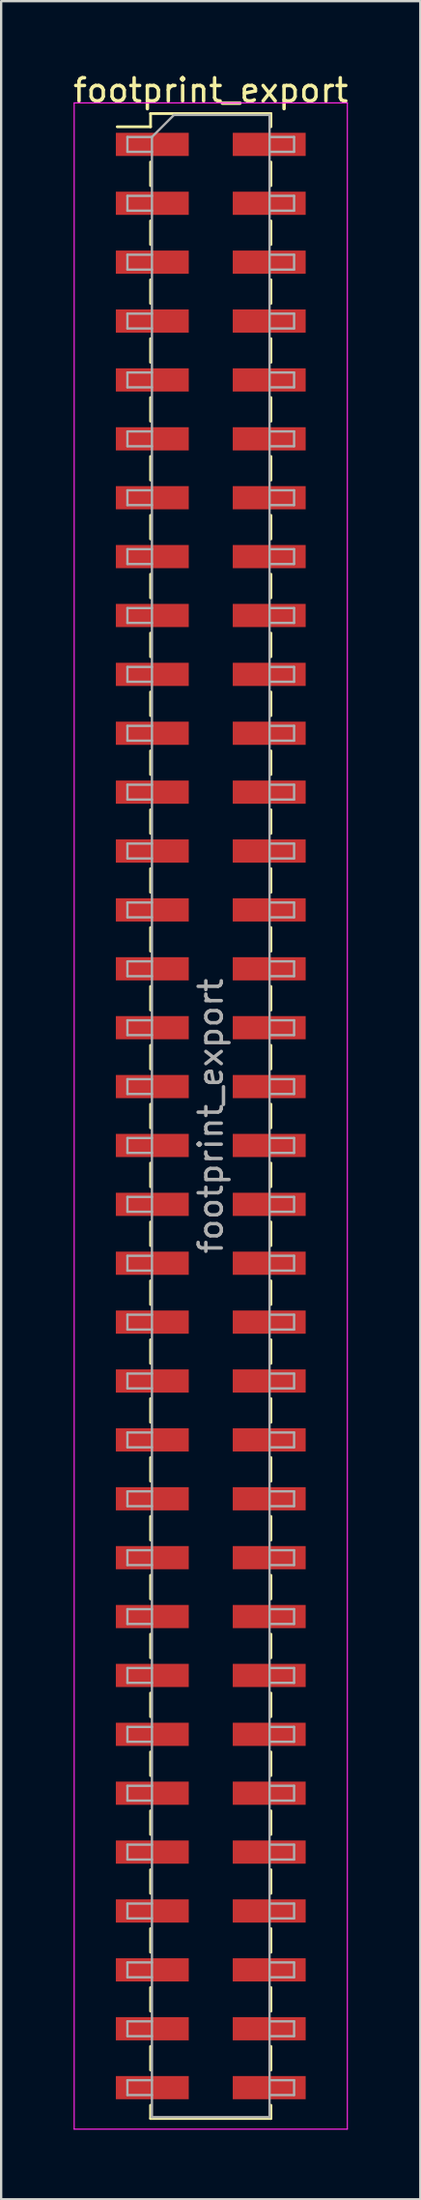
<source format=kicad_pcb>
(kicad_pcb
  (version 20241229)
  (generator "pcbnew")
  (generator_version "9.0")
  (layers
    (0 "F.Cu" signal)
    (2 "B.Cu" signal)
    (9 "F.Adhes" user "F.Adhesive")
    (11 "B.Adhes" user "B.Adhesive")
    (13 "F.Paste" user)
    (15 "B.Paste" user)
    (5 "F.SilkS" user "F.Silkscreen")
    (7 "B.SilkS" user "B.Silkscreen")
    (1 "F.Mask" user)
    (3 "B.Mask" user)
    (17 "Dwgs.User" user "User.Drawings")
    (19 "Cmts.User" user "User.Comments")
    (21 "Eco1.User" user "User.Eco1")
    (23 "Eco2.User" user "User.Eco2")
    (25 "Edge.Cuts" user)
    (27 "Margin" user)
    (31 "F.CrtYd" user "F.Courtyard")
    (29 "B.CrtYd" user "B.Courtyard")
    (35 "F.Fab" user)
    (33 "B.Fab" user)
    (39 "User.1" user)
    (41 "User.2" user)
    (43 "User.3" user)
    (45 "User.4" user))
  (footprint "footprint_export"
    (layer "F.Cu")
    (at 6.054 45.088)
    (property "Reference" "footprint_export" (at 0 -44.24 0) (layer "F.SilkS") (effects (font (size 1 1) (thickness 0.15))))
    (attr smd)
    (fp_line (start -4.04 -42.67) (end -2.6 -42.67) (stroke (width 0.12) (type solid)) (layer "F.SilkS"))
    (fp_line (start -2.6 -43.24) (end -2.6 -42.67) (stroke (width 0.12) (type solid)) (layer "F.SilkS"))
    (fp_line (start -2.6 -43.24) (end 2.6 -43.24) (stroke (width 0.12) (type solid)) (layer "F.SilkS"))
    (fp_line (start -2.6 -41.15) (end -2.6 -40.13) (stroke (width 0.12) (type solid)) (layer "F.SilkS"))
    (fp_line (start -2.6 -38.61) (end -2.6 -37.59) (stroke (width 0.12) (type solid)) (layer "F.SilkS"))
    (fp_line (start -2.6 -36.07) (end -2.6 -35.05) (stroke (width 0.12) (type solid)) (layer "F.SilkS"))
    (fp_line (start -2.6 -33.53) (end -2.6 -32.51) (stroke (width 0.12) (type solid)) (layer "F.SilkS"))
    (fp_line (start -2.6 -30.99) (end -2.6 -29.97) (stroke (width 0.12) (type solid)) (layer "F.SilkS"))
    (fp_line (start -2.6 -28.45) (end -2.6 -27.43) (stroke (width 0.12) (type solid)) (layer "F.SilkS"))
    (fp_line (start -2.6 -25.91) (end -2.6 -24.89) (stroke (width 0.12) (type solid)) (layer "F.SilkS"))
    (fp_line (start -2.6 -23.37) (end -2.6 -22.35) (stroke (width 0.12) (type solid)) (layer "F.SilkS"))
    (fp_line (start -2.6 -20.83) (end -2.6 -19.81) (stroke (width 0.12) (type solid)) (layer "F.SilkS"))
    (fp_line (start -2.6 -18.29) (end -2.6 -17.27) (stroke (width 0.12) (type solid)) (layer "F.SilkS"))
    (fp_line (start -2.6 -15.75) (end -2.6 -14.73) (stroke (width 0.12) (type solid)) (layer "F.SilkS"))
    (fp_line (start -2.6 -13.21) (end -2.6 -12.19) (stroke (width 0.12) (type solid)) (layer "F.SilkS"))
    (fp_line (start -2.6 -10.67) (end -2.6 -9.65) (stroke (width 0.12) (type solid)) (layer "F.SilkS"))
    (fp_line (start -2.6 -8.13) (end -2.6 -7.11) (stroke (width 0.12) (type solid)) (layer "F.SilkS"))
    (fp_line (start -2.6 -5.59) (end -2.6 -4.57) (stroke (width 0.12) (type solid)) (layer "F.SilkS"))
    (fp_line (start -2.6 -3.05) (end -2.6 -2.03) (stroke (width 0.12) (type solid)) (layer "F.SilkS"))
    (fp_line (start -2.6 -0.51) (end -2.6 0.51) (stroke (width 0.12) (type solid)) (layer "F.SilkS"))
    (fp_line (start -2.6 2.03) (end -2.6 3.05) (stroke (width 0.12) (type solid)) (layer "F.SilkS"))
    (fp_line (start -2.6 4.57) (end -2.6 5.59) (stroke (width 0.12) (type solid)) (layer "F.SilkS"))
    (fp_line (start -2.6 7.11) (end -2.6 8.13) (stroke (width 0.12) (type solid)) (layer "F.SilkS"))
    (fp_line (start -2.6 9.65) (end -2.6 10.67) (stroke (width 0.12) (type solid)) (layer "F.SilkS"))
    (fp_line (start -2.6 12.19) (end -2.6 13.21) (stroke (width 0.12) (type solid)) (layer "F.SilkS"))
    (fp_line (start -2.6 14.73) (end -2.6 15.75) (stroke (width 0.12) (type solid)) (layer "F.SilkS"))
    (fp_line (start -2.6 17.27) (end -2.6 18.29) (stroke (width 0.12) (type solid)) (layer "F.SilkS"))
    (fp_line (start -2.6 19.81) (end -2.6 20.83) (stroke (width 0.12) (type solid)) (layer "F.SilkS"))
    (fp_line (start -2.6 22.35) (end -2.6 23.37) (stroke (width 0.12) (type solid)) (layer "F.SilkS"))
    (fp_line (start -2.6 24.89) (end -2.6 25.91) (stroke (width 0.12) (type solid)) (layer "F.SilkS"))
    (fp_line (start -2.6 27.43) (end -2.6 28.45) (stroke (width 0.12) (type solid)) (layer "F.SilkS"))
    (fp_line (start -2.6 29.97) (end -2.6 30.99) (stroke (width 0.12) (type solid)) (layer "F.SilkS"))
    (fp_line (start -2.6 32.51) (end -2.6 33.53) (stroke (width 0.12) (type solid)) (layer "F.SilkS"))
    (fp_line (start -2.6 35.05) (end -2.6 36.07) (stroke (width 0.12) (type solid)) (layer "F.SilkS"))
    (fp_line (start -2.6 37.59) (end -2.6 38.61) (stroke (width 0.12) (type solid)) (layer "F.SilkS"))
    (fp_line (start -2.6 40.13) (end -2.6 41.15) (stroke (width 0.12) (type solid)) (layer "F.SilkS"))
    (fp_line (start -2.6 42.67) (end -2.6 43.24) (stroke (width 0.12) (type solid)) (layer "F.SilkS"))
    (fp_line (start -2.6 43.24) (end 2.6 43.24) (stroke (width 0.12) (type solid)) (layer "F.SilkS"))
    (fp_line (start 2.6 -43.24) (end 2.6 -42.67) (stroke (width 0.12) (type solid)) (layer "F.SilkS"))
    (fp_line (start 2.6 -41.15) (end 2.6 -40.13) (stroke (width 0.12) (type solid)) (layer "F.SilkS"))
    (fp_line (start 2.6 -38.61) (end 2.6 -37.59) (stroke (width 0.12) (type solid)) (layer "F.SilkS"))
    (fp_line (start 2.6 -36.07) (end 2.6 -35.05) (stroke (width 0.12) (type solid)) (layer "F.SilkS"))
    (fp_line (start 2.6 -33.53) (end 2.6 -32.51) (stroke (width 0.12) (type solid)) (layer "F.SilkS"))
    (fp_line (start 2.6 -30.99) (end 2.6 -29.97) (stroke (width 0.12) (type solid)) (layer "F.SilkS"))
    (fp_line (start 2.6 -28.45) (end 2.6 -27.43) (stroke (width 0.12) (type solid)) (layer "F.SilkS"))
    (fp_line (start 2.6 -25.91) (end 2.6 -24.89) (stroke (width 0.12) (type solid)) (layer "F.SilkS"))
    (fp_line (start 2.6 -23.37) (end 2.6 -22.35) (stroke (width 0.12) (type solid)) (layer "F.SilkS"))
    (fp_line (start 2.6 -20.83) (end 2.6 -19.81) (stroke (width 0.12) (type solid)) (layer "F.SilkS"))
    (fp_line (start 2.6 -18.29) (end 2.6 -17.27) (stroke (width 0.12) (type solid)) (layer "F.SilkS"))
    (fp_line (start 2.6 -15.75) (end 2.6 -14.73) (stroke (width 0.12) (type solid)) (layer "F.SilkS"))
    (fp_line (start 2.6 -13.21) (end 2.6 -12.19) (stroke (width 0.12) (type solid)) (layer "F.SilkS"))
    (fp_line (start 2.6 -10.67) (end 2.6 -9.65) (stroke (width 0.12) (type solid)) (layer "F.SilkS"))
    (fp_line (start 2.6 -8.13) (end 2.6 -7.11) (stroke (width 0.12) (type solid)) (layer "F.SilkS"))
    (fp_line (start 2.6 -5.59) (end 2.6 -4.57) (stroke (width 0.12) (type solid)) (layer "F.SilkS"))
    (fp_line (start 2.6 -3.05) (end 2.6 -2.03) (stroke (width 0.12) (type solid)) (layer "F.SilkS"))
    (fp_line (start 2.6 -0.51) (end 2.6 0.51) (stroke (width 0.12) (type solid)) (layer "F.SilkS"))
    (fp_line (start 2.6 2.03) (end 2.6 3.05) (stroke (width 0.12) (type solid)) (layer "F.SilkS"))
    (fp_line (start 2.6 4.57) (end 2.6 5.59) (stroke (width 0.12) (type solid)) (layer "F.SilkS"))
    (fp_line (start 2.6 7.11) (end 2.6 8.13) (stroke (width 0.12) (type solid)) (layer "F.SilkS"))
    (fp_line (start 2.6 9.65) (end 2.6 10.67) (stroke (width 0.12) (type solid)) (layer "F.SilkS"))
    (fp_line (start 2.6 12.19) (end 2.6 13.21) (stroke (width 0.12) (type solid)) (layer "F.SilkS"))
    (fp_line (start 2.6 14.73) (end 2.6 15.75) (stroke (width 0.12) (type solid)) (layer "F.SilkS"))
    (fp_line (start 2.6 17.27) (end 2.6 18.29) (stroke (width 0.12) (type solid)) (layer "F.SilkS"))
    (fp_line (start 2.6 19.81) (end 2.6 20.83) (stroke (width 0.12) (type solid)) (layer "F.SilkS"))
    (fp_line (start 2.6 22.35) (end 2.6 23.37) (stroke (width 0.12) (type solid)) (layer "F.SilkS"))
    (fp_line (start 2.6 24.89) (end 2.6 25.91) (stroke (width 0.12) (type solid)) (layer "F.SilkS"))
    (fp_line (start 2.6 27.43) (end 2.6 28.45) (stroke (width 0.12) (type solid)) (layer "F.SilkS"))
    (fp_line (start 2.6 29.97) (end 2.6 30.99) (stroke (width 0.12) (type solid)) (layer "F.SilkS"))
    (fp_line (start 2.6 32.51) (end 2.6 33.53) (stroke (width 0.12) (type solid)) (layer "F.SilkS"))
    (fp_line (start 2.6 35.05) (end 2.6 36.07) (stroke (width 0.12) (type solid)) (layer "F.SilkS"))
    (fp_line (start 2.6 37.59) (end 2.6 38.61) (stroke (width 0.12) (type solid)) (layer "F.SilkS"))
    (fp_line (start 2.6 40.13) (end 2.6 41.15) (stroke (width 0.12) (type solid)) (layer "F.SilkS"))
    (fp_line (start 2.6 42.67) (end 2.6 43.24) (stroke (width 0.12) (type solid)) (layer "F.SilkS"))
    (fp_line (start -5.9 -43.7) (end -5.9 43.7) (stroke (width 0.05) (type solid)) (layer "F.CrtYd"))
    (fp_line (start -5.9 43.7) (end 5.9 43.7) (stroke (width 0.05) (type solid)) (layer "F.CrtYd"))
    (fp_line (start 5.9 -43.7) (end -5.9 -43.7) (stroke (width 0.05) (type solid)) (layer "F.CrtYd"))
    (fp_line (start 5.9 43.7) (end 5.9 -43.7) (stroke (width 0.05) (type solid)) (layer "F.CrtYd"))
    (fp_line (start -3.6 -42.23) (end -3.6 -41.59) (stroke (width 0.1) (type solid)) (layer "F.Fab"))
    (fp_line (start -3.6 -41.59) (end -2.54 -41.59) (stroke (width 0.1) (type solid)) (layer "F.Fab"))
    (fp_line (start -3.6 -39.69) (end -3.6 -39.05) (stroke (width 0.1) (type solid)) (layer "F.Fab"))
    (fp_line (start -3.6 -39.05) (end -2.54 -39.05) (stroke (width 0.1) (type solid)) (layer "F.Fab"))
    (fp_line (start -3.6 -37.15) (end -3.6 -36.51) (stroke (width 0.1) (type solid)) (layer "F.Fab"))
    (fp_line (start -3.6 -36.51) (end -2.54 -36.51) (stroke (width 0.1) (type solid)) (layer "F.Fab"))
    (fp_line (start -3.6 -34.61) (end -3.6 -33.97) (stroke (width 0.1) (type solid)) (layer "F.Fab"))
    (fp_line (start -3.6 -33.97) (end -2.54 -33.97) (stroke (width 0.1) (type solid)) (layer "F.Fab"))
    (fp_line (start -3.6 -32.07) (end -3.6 -31.43) (stroke (width 0.1) (type solid)) (layer "F.Fab"))
    (fp_line (start -3.6 -31.43) (end -2.54 -31.43) (stroke (width 0.1) (type solid)) (layer "F.Fab"))
    (fp_line (start -3.6 -29.53) (end -3.6 -28.89) (stroke (width 0.1) (type solid)) (layer "F.Fab"))
    (fp_line (start -3.6 -28.89) (end -2.54 -28.89) (stroke (width 0.1) (type solid)) (layer "F.Fab"))
    (fp_line (start -3.6 -26.99) (end -3.6 -26.35) (stroke (width 0.1) (type solid)) (layer "F.Fab"))
    (fp_line (start -3.6 -26.35) (end -2.54 -26.35) (stroke (width 0.1) (type solid)) (layer "F.Fab"))
    (fp_line (start -3.6 -24.45) (end -3.6 -23.81) (stroke (width 0.1) (type solid)) (layer "F.Fab"))
    (fp_line (start -3.6 -23.81) (end -2.54 -23.81) (stroke (width 0.1) (type solid)) (layer "F.Fab"))
    (fp_line (start -3.6 -21.91) (end -3.6 -21.27) (stroke (width 0.1) (type solid)) (layer "F.Fab"))
    (fp_line (start -3.6 -21.27) (end -2.54 -21.27) (stroke (width 0.1) (type solid)) (layer "F.Fab"))
    (fp_line (start -3.6 -19.37) (end -3.6 -18.73) (stroke (width 0.1) (type solid)) (layer "F.Fab"))
    (fp_line (start -3.6 -18.73) (end -2.54 -18.73) (stroke (width 0.1) (type solid)) (layer "F.Fab"))
    (fp_line (start -3.6 -16.83) (end -3.6 -16.19) (stroke (width 0.1) (type solid)) (layer "F.Fab"))
    (fp_line (start -3.6 -16.19) (end -2.54 -16.19) (stroke (width 0.1) (type solid)) (layer "F.Fab"))
    (fp_line (start -3.6 -14.29) (end -3.6 -13.65) (stroke (width 0.1) (type solid)) (layer "F.Fab"))
    (fp_line (start -3.6 -13.65) (end -2.54 -13.65) (stroke (width 0.1) (type solid)) (layer "F.Fab"))
    (fp_line (start -3.6 -11.75) (end -3.6 -11.11) (stroke (width 0.1) (type solid)) (layer "F.Fab"))
    (fp_line (start -3.6 -11.11) (end -2.54 -11.11) (stroke (width 0.1) (type solid)) (layer "F.Fab"))
    (fp_line (start -3.6 -9.21) (end -3.6 -8.57) (stroke (width 0.1) (type solid)) (layer "F.Fab"))
    (fp_line (start -3.6 -8.57) (end -2.54 -8.57) (stroke (width 0.1) (type solid)) (layer "F.Fab"))
    (fp_line (start -3.6 -6.67) (end -3.6 -6.03) (stroke (width 0.1) (type solid)) (layer "F.Fab"))
    (fp_line (start -3.6 -6.03) (end -2.54 -6.03) (stroke (width 0.1) (type solid)) (layer "F.Fab"))
    (fp_line (start -3.6 -4.13) (end -3.6 -3.49) (stroke (width 0.1) (type solid)) (layer "F.Fab"))
    (fp_line (start -3.6 -3.49) (end -2.54 -3.49) (stroke (width 0.1) (type solid)) (layer "F.Fab"))
    (fp_line (start -3.6 -1.59) (end -3.6 -0.95) (stroke (width 0.1) (type solid)) (layer "F.Fab"))
    (fp_line (start -3.6 -0.95) (end -2.54 -0.95) (stroke (width 0.1) (type solid)) (layer "F.Fab"))
    (fp_line (start -3.6 0.95) (end -3.6 1.59) (stroke (width 0.1) (type solid)) (layer "F.Fab"))
    (fp_line (start -3.6 1.59) (end -2.54 1.59) (stroke (width 0.1) (type solid)) (layer "F.Fab"))
    (fp_line (start -3.6 3.49) (end -3.6 4.13) (stroke (width 0.1) (type solid)) (layer "F.Fab"))
    (fp_line (start -3.6 4.13) (end -2.54 4.13) (stroke (width 0.1) (type solid)) (layer "F.Fab"))
    (fp_line (start -3.6 6.03) (end -3.6 6.67) (stroke (width 0.1) (type solid)) (layer "F.Fab"))
    (fp_line (start -3.6 6.67) (end -2.54 6.67) (stroke (width 0.1) (type solid)) (layer "F.Fab"))
    (fp_line (start -3.6 8.57) (end -3.6 9.21) (stroke (width 0.1) (type solid)) (layer "F.Fab"))
    (fp_line (start -3.6 9.21) (end -2.54 9.21) (stroke (width 0.1) (type solid)) (layer "F.Fab"))
    (fp_line (start -3.6 11.11) (end -3.6 11.75) (stroke (width 0.1) (type solid)) (layer "F.Fab"))
    (fp_line (start -3.6 11.75) (end -2.54 11.75) (stroke (width 0.1) (type solid)) (layer "F.Fab"))
    (fp_line (start -3.6 13.65) (end -3.6 14.29) (stroke (width 0.1) (type solid)) (layer "F.Fab"))
    (fp_line (start -3.6 14.29) (end -2.54 14.29) (stroke (width 0.1) (type solid)) (layer "F.Fab"))
    (fp_line (start -3.6 16.19) (end -3.6 16.83) (stroke (width 0.1) (type solid)) (layer "F.Fab"))
    (fp_line (start -3.6 16.83) (end -2.54 16.83) (stroke (width 0.1) (type solid)) (layer "F.Fab"))
    (fp_line (start -3.6 18.73) (end -3.6 19.37) (stroke (width 0.1) (type solid)) (layer "F.Fab"))
    (fp_line (start -3.6 19.37) (end -2.54 19.37) (stroke (width 0.1) (type solid)) (layer "F.Fab"))
    (fp_line (start -3.6 21.27) (end -3.6 21.91) (stroke (width 0.1) (type solid)) (layer "F.Fab"))
    (fp_line (start -3.6 21.91) (end -2.54 21.91) (stroke (width 0.1) (type solid)) (layer "F.Fab"))
    (fp_line (start -3.6 23.81) (end -3.6 24.45) (stroke (width 0.1) (type solid)) (layer "F.Fab"))
    (fp_line (start -3.6 24.45) (end -2.54 24.45) (stroke (width 0.1) (type solid)) (layer "F.Fab"))
    (fp_line (start -3.6 26.35) (end -3.6 26.99) (stroke (width 0.1) (type solid)) (layer "F.Fab"))
    (fp_line (start -3.6 26.99) (end -2.54 26.99) (stroke (width 0.1) (type solid)) (layer "F.Fab"))
    (fp_line (start -3.6 28.89) (end -3.6 29.53) (stroke (width 0.1) (type solid)) (layer "F.Fab"))
    (fp_line (start -3.6 29.53) (end -2.54 29.53) (stroke (width 0.1) (type solid)) (layer "F.Fab"))
    (fp_line (start -3.6 31.43) (end -3.6 32.07) (stroke (width 0.1) (type solid)) (layer "F.Fab"))
    (fp_line (start -3.6 32.07) (end -2.54 32.07) (stroke (width 0.1) (type solid)) (layer "F.Fab"))
    (fp_line (start -3.6 33.97) (end -3.6 34.61) (stroke (width 0.1) (type solid)) (layer "F.Fab"))
    (fp_line (start -3.6 34.61) (end -2.54 34.61) (stroke (width 0.1) (type solid)) (layer "F.Fab"))
    (fp_line (start -3.6 36.51) (end -3.6 37.15) (stroke (width 0.1) (type solid)) (layer "F.Fab"))
    (fp_line (start -3.6 37.15) (end -2.54 37.15) (stroke (width 0.1) (type solid)) (layer "F.Fab"))
    (fp_line (start -3.6 39.05) (end -3.6 39.69) (stroke (width 0.1) (type solid)) (layer "F.Fab"))
    (fp_line (start -3.6 39.69) (end -2.54 39.69) (stroke (width 0.1) (type solid)) (layer "F.Fab"))
    (fp_line (start -3.6 41.59) (end -3.6 42.23) (stroke (width 0.1) (type solid)) (layer "F.Fab"))
    (fp_line (start -3.6 42.23) (end -2.54 42.23) (stroke (width 0.1) (type solid)) (layer "F.Fab"))
    (fp_line (start -2.54 -42.23) (end -3.6 -42.23) (stroke (width 0.1) (type solid)) (layer "F.Fab"))
    (fp_line (start -2.54 -42.23) (end -1.59 -43.18) (stroke (width 0.1) (type solid)) (layer "F.Fab"))
    (fp_line (start -2.54 -39.69) (end -3.6 -39.69) (stroke (width 0.1) (type solid)) (layer "F.Fab"))
    (fp_line (start -2.54 -37.15) (end -3.6 -37.15) (stroke (width 0.1) (type solid)) (layer "F.Fab"))
    (fp_line (start -2.54 -34.61) (end -3.6 -34.61) (stroke (width 0.1) (type solid)) (layer "F.Fab"))
    (fp_line (start -2.54 -32.07) (end -3.6 -32.07) (stroke (width 0.1) (type solid)) (layer "F.Fab"))
    (fp_line (start -2.54 -29.53) (end -3.6 -29.53) (stroke (width 0.1) (type solid)) (layer "F.Fab"))
    (fp_line (start -2.54 -26.99) (end -3.6 -26.99) (stroke (width 0.1) (type solid)) (layer "F.Fab"))
    (fp_line (start -2.54 -24.45) (end -3.6 -24.45) (stroke (width 0.1) (type solid)) (layer "F.Fab"))
    (fp_line (start -2.54 -21.91) (end -3.6 -21.91) (stroke (width 0.1) (type solid)) (layer "F.Fab"))
    (fp_line (start -2.54 -19.37) (end -3.6 -19.37) (stroke (width 0.1) (type solid)) (layer "F.Fab"))
    (fp_line (start -2.54 -16.83) (end -3.6 -16.83) (stroke (width 0.1) (type solid)) (layer "F.Fab"))
    (fp_line (start -2.54 -14.29) (end -3.6 -14.29) (stroke (width 0.1) (type solid)) (layer "F.Fab"))
    (fp_line (start -2.54 -11.75) (end -3.6 -11.75) (stroke (width 0.1) (type solid)) (layer "F.Fab"))
    (fp_line (start -2.54 -9.21) (end -3.6 -9.21) (stroke (width 0.1) (type solid)) (layer "F.Fab"))
    (fp_line (start -2.54 -6.67) (end -3.6 -6.67) (stroke (width 0.1) (type solid)) (layer "F.Fab"))
    (fp_line (start -2.54 -4.13) (end -3.6 -4.13) (stroke (width 0.1) (type solid)) (layer "F.Fab"))
    (fp_line (start -2.54 -1.59) (end -3.6 -1.59) (stroke (width 0.1) (type solid)) (layer "F.Fab"))
    (fp_line (start -2.54 0.95) (end -3.6 0.95) (stroke (width 0.1) (type solid)) (layer "F.Fab"))
    (fp_line (start -2.54 3.49) (end -3.6 3.49) (stroke (width 0.1) (type solid)) (layer "F.Fab"))
    (fp_line (start -2.54 6.03) (end -3.6 6.03) (stroke (width 0.1) (type solid)) (layer "F.Fab"))
    (fp_line (start -2.54 8.57) (end -3.6 8.57) (stroke (width 0.1) (type solid)) (layer "F.Fab"))
    (fp_line (start -2.54 11.11) (end -3.6 11.11) (stroke (width 0.1) (type solid)) (layer "F.Fab"))
    (fp_line (start -2.54 13.65) (end -3.6 13.65) (stroke (width 0.1) (type solid)) (layer "F.Fab"))
    (fp_line (start -2.54 16.19) (end -3.6 16.19) (stroke (width 0.1) (type solid)) (layer "F.Fab"))
    (fp_line (start -2.54 18.73) (end -3.6 18.73) (stroke (width 0.1) (type solid)) (layer "F.Fab"))
    (fp_line (start -2.54 21.27) (end -3.6 21.27) (stroke (width 0.1) (type solid)) (layer "F.Fab"))
    (fp_line (start -2.54 23.81) (end -3.6 23.81) (stroke (width 0.1) (type solid)) (layer "F.Fab"))
    (fp_line (start -2.54 26.35) (end -3.6 26.35) (stroke (width 0.1) (type solid)) (layer "F.Fab"))
    (fp_line (start -2.54 28.89) (end -3.6 28.89) (stroke (width 0.1) (type solid)) (layer "F.Fab"))
    (fp_line (start -2.54 31.43) (end -3.6 31.43) (stroke (width 0.1) (type solid)) (layer "F.Fab"))
    (fp_line (start -2.54 33.97) (end -3.6 33.97) (stroke (width 0.1) (type solid)) (layer "F.Fab"))
    (fp_line (start -2.54 36.51) (end -3.6 36.51) (stroke (width 0.1) (type solid)) (layer "F.Fab"))
    (fp_line (start -2.54 39.05) (end -3.6 39.05) (stroke (width 0.1) (type solid)) (layer "F.Fab"))
    (fp_line (start -2.54 41.59) (end -3.6 41.59) (stroke (width 0.1) (type solid)) (layer "F.Fab"))
    (fp_line (start -2.54 43.18) (end -2.54 -42.23) (stroke (width 0.1) (type solid)) (layer "F.Fab"))
    (fp_line (start -1.59 -43.18) (end 2.54 -43.18) (stroke (width 0.1) (type solid)) (layer "F.Fab"))
    (fp_line (start 2.54 -43.18) (end 2.54 43.18) (stroke (width 0.1) (type solid)) (layer "F.Fab"))
    (fp_line (start 2.54 -42.23) (end 3.6 -42.23) (stroke (width 0.1) (type solid)) (layer "F.Fab"))
    (fp_line (start 2.54 -39.69) (end 3.6 -39.69) (stroke (width 0.1) (type solid)) (layer "F.Fab"))
    (fp_line (start 2.54 -37.15) (end 3.6 -37.15) (stroke (width 0.1) (type solid)) (layer "F.Fab"))
    (fp_line (start 2.54 -34.61) (end 3.6 -34.61) (stroke (width 0.1) (type solid)) (layer "F.Fab"))
    (fp_line (start 2.54 -32.07) (end 3.6 -32.07) (stroke (width 0.1) (type solid)) (layer "F.Fab"))
    (fp_line (start 2.54 -29.53) (end 3.6 -29.53) (stroke (width 0.1) (type solid)) (layer "F.Fab"))
    (fp_line (start 2.54 -26.99) (end 3.6 -26.99) (stroke (width 0.1) (type solid)) (layer "F.Fab"))
    (fp_line (start 2.54 -24.45) (end 3.6 -24.45) (stroke (width 0.1) (type solid)) (layer "F.Fab"))
    (fp_line (start 2.54 -21.91) (end 3.6 -21.91) (stroke (width 0.1) (type solid)) (layer "F.Fab"))
    (fp_line (start 2.54 -19.37) (end 3.6 -19.37) (stroke (width 0.1) (type solid)) (layer "F.Fab"))
    (fp_line (start 2.54 -16.83) (end 3.6 -16.83) (stroke (width 0.1) (type solid)) (layer "F.Fab"))
    (fp_line (start 2.54 -14.29) (end 3.6 -14.29) (stroke (width 0.1) (type solid)) (layer "F.Fab"))
    (fp_line (start 2.54 -11.75) (end 3.6 -11.75) (stroke (width 0.1) (type solid)) (layer "F.Fab"))
    (fp_line (start 2.54 -9.21) (end 3.6 -9.21) (stroke (width 0.1) (type solid)) (layer "F.Fab"))
    (fp_line (start 2.54 -6.67) (end 3.6 -6.67) (stroke (width 0.1) (type solid)) (layer "F.Fab"))
    (fp_line (start 2.54 -4.13) (end 3.6 -4.13) (stroke (width 0.1) (type solid)) (layer "F.Fab"))
    (fp_line (start 2.54 -1.59) (end 3.6 -1.59) (stroke (width 0.1) (type solid)) (layer "F.Fab"))
    (fp_line (start 2.54 0.95) (end 3.6 0.95) (stroke (width 0.1) (type solid)) (layer "F.Fab"))
    (fp_line (start 2.54 3.49) (end 3.6 3.49) (stroke (width 0.1) (type solid)) (layer "F.Fab"))
    (fp_line (start 2.54 6.03) (end 3.6 6.03) (stroke (width 0.1) (type solid)) (layer "F.Fab"))
    (fp_line (start 2.54 8.57) (end 3.6 8.57) (stroke (width 0.1) (type solid)) (layer "F.Fab"))
    (fp_line (start 2.54 11.11) (end 3.6 11.11) (stroke (width 0.1) (type solid)) (layer "F.Fab"))
    (fp_line (start 2.54 13.65) (end 3.6 13.65) (stroke (width 0.1) (type solid)) (layer "F.Fab"))
    (fp_line (start 2.54 16.19) (end 3.6 16.19) (stroke (width 0.1) (type solid)) (layer "F.Fab"))
    (fp_line (start 2.54 18.73) (end 3.6 18.73) (stroke (width 0.1) (type solid)) (layer "F.Fab"))
    (fp_line (start 2.54 21.27) (end 3.6 21.27) (stroke (width 0.1) (type solid)) (layer "F.Fab"))
    (fp_line (start 2.54 23.81) (end 3.6 23.81) (stroke (width 0.1) (type solid)) (layer "F.Fab"))
    (fp_line (start 2.54 26.35) (end 3.6 26.35) (stroke (width 0.1) (type solid)) (layer "F.Fab"))
    (fp_line (start 2.54 28.89) (end 3.6 28.89) (stroke (width 0.1) (type solid)) (layer "F.Fab"))
    (fp_line (start 2.54 31.43) (end 3.6 31.43) (stroke (width 0.1) (type solid)) (layer "F.Fab"))
    (fp_line (start 2.54 33.97) (end 3.6 33.97) (stroke (width 0.1) (type solid)) (layer "F.Fab"))
    (fp_line (start 2.54 36.51) (end 3.6 36.51) (stroke (width 0.1) (type solid)) (layer "F.Fab"))
    (fp_line (start 2.54 39.05) (end 3.6 39.05) (stroke (width 0.1) (type solid)) (layer "F.Fab"))
    (fp_line (start 2.54 41.59) (end 3.6 41.59) (stroke (width 0.1) (type solid)) (layer "F.Fab"))
    (fp_line (start 2.54 43.18) (end -2.54 43.18) (stroke (width 0.1) (type solid)) (layer "F.Fab"))
    (fp_line (start 3.6 -42.23) (end 3.6 -41.59) (stroke (width 0.1) (type solid)) (layer "F.Fab"))
    (fp_line (start 3.6 -41.59) (end 2.54 -41.59) (stroke (width 0.1) (type solid)) (layer "F.Fab"))
    (fp_line (start 3.6 -39.69) (end 3.6 -39.05) (stroke (width 0.1) (type solid)) (layer "F.Fab"))
    (fp_line (start 3.6 -39.05) (end 2.54 -39.05) (stroke (width 0.1) (type solid)) (layer "F.Fab"))
    (fp_line (start 3.6 -37.15) (end 3.6 -36.51) (stroke (width 0.1) (type solid)) (layer "F.Fab"))
    (fp_line (start 3.6 -36.51) (end 2.54 -36.51) (stroke (width 0.1) (type solid)) (layer "F.Fab"))
    (fp_line (start 3.6 -34.61) (end 3.6 -33.97) (stroke (width 0.1) (type solid)) (layer "F.Fab"))
    (fp_line (start 3.6 -33.97) (end 2.54 -33.97) (stroke (width 0.1) (type solid)) (layer "F.Fab"))
    (fp_line (start 3.6 -32.07) (end 3.6 -31.43) (stroke (width 0.1) (type solid)) (layer "F.Fab"))
    (fp_line (start 3.6 -31.43) (end 2.54 -31.43) (stroke (width 0.1) (type solid)) (layer "F.Fab"))
    (fp_line (start 3.6 -29.53) (end 3.6 -28.89) (stroke (width 0.1) (type solid)) (layer "F.Fab"))
    (fp_line (start 3.6 -28.89) (end 2.54 -28.89) (stroke (width 0.1) (type solid)) (layer "F.Fab"))
    (fp_line (start 3.6 -26.99) (end 3.6 -26.35) (stroke (width 0.1) (type solid)) (layer "F.Fab"))
    (fp_line (start 3.6 -26.35) (end 2.54 -26.35) (stroke (width 0.1) (type solid)) (layer "F.Fab"))
    (fp_line (start 3.6 -24.45) (end 3.6 -23.81) (stroke (width 0.1) (type solid)) (layer "F.Fab"))
    (fp_line (start 3.6 -23.81) (end 2.54 -23.81) (stroke (width 0.1) (type solid)) (layer "F.Fab"))
    (fp_line (start 3.6 -21.91) (end 3.6 -21.27) (stroke (width 0.1) (type solid)) (layer "F.Fab"))
    (fp_line (start 3.6 -21.27) (end 2.54 -21.27) (stroke (width 0.1) (type solid)) (layer "F.Fab"))
    (fp_line (start 3.6 -19.37) (end 3.6 -18.73) (stroke (width 0.1) (type solid)) (layer "F.Fab"))
    (fp_line (start 3.6 -18.73) (end 2.54 -18.73) (stroke (width 0.1) (type solid)) (layer "F.Fab"))
    (fp_line (start 3.6 -16.83) (end 3.6 -16.19) (stroke (width 0.1) (type solid)) (layer "F.Fab"))
    (fp_line (start 3.6 -16.19) (end 2.54 -16.19) (stroke (width 0.1) (type solid)) (layer "F.Fab"))
    (fp_line (start 3.6 -14.29) (end 3.6 -13.65) (stroke (width 0.1) (type solid)) (layer "F.Fab"))
    (fp_line (start 3.6 -13.65) (end 2.54 -13.65) (stroke (width 0.1) (type solid)) (layer "F.Fab"))
    (fp_line (start 3.6 -11.75) (end 3.6 -11.11) (stroke (width 0.1) (type solid)) (layer "F.Fab"))
    (fp_line (start 3.6 -11.11) (end 2.54 -11.11) (stroke (width 0.1) (type solid)) (layer "F.Fab"))
    (fp_line (start 3.6 -9.21) (end 3.6 -8.57) (stroke (width 0.1) (type solid)) (layer "F.Fab"))
    (fp_line (start 3.6 -8.57) (end 2.54 -8.57) (stroke (width 0.1) (type solid)) (layer "F.Fab"))
    (fp_line (start 3.6 -6.67) (end 3.6 -6.03) (stroke (width 0.1) (type solid)) (layer "F.Fab"))
    (fp_line (start 3.6 -6.03) (end 2.54 -6.03) (stroke (width 0.1) (type solid)) (layer "F.Fab"))
    (fp_line (start 3.6 -4.13) (end 3.6 -3.49) (stroke (width 0.1) (type solid)) (layer "F.Fab"))
    (fp_line (start 3.6 -3.49) (end 2.54 -3.49) (stroke (width 0.1) (type solid)) (layer "F.Fab"))
    (fp_line (start 3.6 -1.59) (end 3.6 -0.95) (stroke (width 0.1) (type solid)) (layer "F.Fab"))
    (fp_line (start 3.6 -0.95) (end 2.54 -0.95) (stroke (width 0.1) (type solid)) (layer "F.Fab"))
    (fp_line (start 3.6 0.95) (end 3.6 1.59) (stroke (width 0.1) (type solid)) (layer "F.Fab"))
    (fp_line (start 3.6 1.59) (end 2.54 1.59) (stroke (width 0.1) (type solid)) (layer "F.Fab"))
    (fp_line (start 3.6 3.49) (end 3.6 4.13) (stroke (width 0.1) (type solid)) (layer "F.Fab"))
    (fp_line (start 3.6 4.13) (end 2.54 4.13) (stroke (width 0.1) (type solid)) (layer "F.Fab"))
    (fp_line (start 3.6 6.03) (end 3.6 6.67) (stroke (width 0.1) (type solid)) (layer "F.Fab"))
    (fp_line (start 3.6 6.67) (end 2.54 6.67) (stroke (width 0.1) (type solid)) (layer "F.Fab"))
    (fp_line (start 3.6 8.57) (end 3.6 9.21) (stroke (width 0.1) (type solid)) (layer "F.Fab"))
    (fp_line (start 3.6 9.21) (end 2.54 9.21) (stroke (width 0.1) (type solid)) (layer "F.Fab"))
    (fp_line (start 3.6 11.11) (end 3.6 11.75) (stroke (width 0.1) (type solid)) (layer "F.Fab"))
    (fp_line (start 3.6 11.75) (end 2.54 11.75) (stroke (width 0.1) (type solid)) (layer "F.Fab"))
    (fp_line (start 3.6 13.65) (end 3.6 14.29) (stroke (width 0.1) (type solid)) (layer "F.Fab"))
    (fp_line (start 3.6 14.29) (end 2.54 14.29) (stroke (width 0.1) (type solid)) (layer "F.Fab"))
    (fp_line (start 3.6 16.19) (end 3.6 16.83) (stroke (width 0.1) (type solid)) (layer "F.Fab"))
    (fp_line (start 3.6 16.83) (end 2.54 16.83) (stroke (width 0.1) (type solid)) (layer "F.Fab"))
    (fp_line (start 3.6 18.73) (end 3.6 19.37) (stroke (width 0.1) (type solid)) (layer "F.Fab"))
    (fp_line (start 3.6 19.37) (end 2.54 19.37) (stroke (width 0.1) (type solid)) (layer "F.Fab"))
    (fp_line (start 3.6 21.27) (end 3.6 21.91) (stroke (width 0.1) (type solid)) (layer "F.Fab"))
    (fp_line (start 3.6 21.91) (end 2.54 21.91) (stroke (width 0.1) (type solid)) (layer "F.Fab"))
    (fp_line (start 3.6 23.81) (end 3.6 24.45) (stroke (width 0.1) (type solid)) (layer "F.Fab"))
    (fp_line (start 3.6 24.45) (end 2.54 24.45) (stroke (width 0.1) (type solid)) (layer "F.Fab"))
    (fp_line (start 3.6 26.35) (end 3.6 26.99) (stroke (width 0.1) (type solid)) (layer "F.Fab"))
    (fp_line (start 3.6 26.99) (end 2.54 26.99) (stroke (width 0.1) (type solid)) (layer "F.Fab"))
    (fp_line (start 3.6 28.89) (end 3.6 29.53) (stroke (width 0.1) (type solid)) (layer "F.Fab"))
    (fp_line (start 3.6 29.53) (end 2.54 29.53) (stroke (width 0.1) (type solid)) (layer "F.Fab"))
    (fp_line (start 3.6 31.43) (end 3.6 32.07) (stroke (width 0.1) (type solid)) (layer "F.Fab"))
    (fp_line (start 3.6 32.07) (end 2.54 32.07) (stroke (width 0.1) (type solid)) (layer "F.Fab"))
    (fp_line (start 3.6 33.97) (end 3.6 34.61) (stroke (width 0.1) (type solid)) (layer "F.Fab"))
    (fp_line (start 3.6 34.61) (end 2.54 34.61) (stroke (width 0.1) (type solid)) (layer "F.Fab"))
    (fp_line (start 3.6 36.51) (end 3.6 37.15) (stroke (width 0.1) (type solid)) (layer "F.Fab"))
    (fp_line (start 3.6 37.15) (end 2.54 37.15) (stroke (width 0.1) (type solid)) (layer "F.Fab"))
    (fp_line (start 3.6 39.05) (end 3.6 39.69) (stroke (width 0.1) (type solid)) (layer "F.Fab"))
    (fp_line (start 3.6 39.69) (end 2.54 39.69) (stroke (width 0.1) (type solid)) (layer "F.Fab"))
    (fp_line (start 3.6 41.59) (end 3.6 42.23) (stroke (width 0.1) (type solid)) (layer "F.Fab"))
    (fp_line (start 3.6 42.23) (end 2.54 42.23) (stroke (width 0.1) (type solid)) (layer "F.Fab"))
    (fp_text user "${REFERENCE}" (at 0 0 90) (layer "F.Fab") (effects (font (size 1 1) (thickness 0.15))))
    (pad "1" smd rect (at -2.525 -41.91) (size 3.15 1) (layers "F.Cu" "F.Mask" "F.Paste"))
    (pad "2" smd rect (at 2.525 -41.91) (size 3.15 1) (layers "F.Cu" "F.Mask" "F.Paste"))
    (pad "3" smd rect (at -2.525 -39.37) (size 3.15 1) (layers "F.Cu" "F.Mask" "F.Paste"))
    (pad "4" smd rect (at 2.525 -39.37) (size 3.15 1) (layers "F.Cu" "F.Mask" "F.Paste"))
    (pad "5" smd rect (at -2.525 -36.83) (size 3.15 1) (layers "F.Cu" "F.Mask" "F.Paste"))
    (pad "6" smd rect (at 2.525 -36.83) (size 3.15 1) (layers "F.Cu" "F.Mask" "F.Paste"))
    (pad "7" smd rect (at -2.525 -34.29) (size 3.15 1) (layers "F.Cu" "F.Mask" "F.Paste"))
    (pad "8" smd rect (at 2.525 -34.29) (size 3.15 1) (layers "F.Cu" "F.Mask" "F.Paste"))
    (pad "9" smd rect (at -2.525 -31.75) (size 3.15 1) (layers "F.Cu" "F.Mask" "F.Paste"))
    (pad "10" smd rect (at 2.525 -31.75) (size 3.15 1) (layers "F.Cu" "F.Mask" "F.Paste"))
    (pad "11" smd rect (at -2.525 -29.21) (size 3.15 1) (layers "F.Cu" "F.Mask" "F.Paste"))
    (pad "12" smd rect (at 2.525 -29.21) (size 3.15 1) (layers "F.Cu" "F.Mask" "F.Paste"))
    (pad "13" smd rect (at -2.525 -26.67) (size 3.15 1) (layers "F.Cu" "F.Mask" "F.Paste"))
    (pad "14" smd rect (at 2.525 -26.67) (size 3.15 1) (layers "F.Cu" "F.Mask" "F.Paste"))
    (pad "15" smd rect (at -2.525 -24.13) (size 3.15 1) (layers "F.Cu" "F.Mask" "F.Paste"))
    (pad "16" smd rect (at 2.525 -24.13) (size 3.15 1) (layers "F.Cu" "F.Mask" "F.Paste"))
    (pad "17" smd rect (at -2.525 -21.59) (size 3.15 1) (layers "F.Cu" "F.Mask" "F.Paste"))
    (pad "18" smd rect (at 2.525 -21.59) (size 3.15 1) (layers "F.Cu" "F.Mask" "F.Paste"))
    (pad "19" smd rect (at -2.525 -19.05) (size 3.15 1) (layers "F.Cu" "F.Mask" "F.Paste"))
    (pad "20" smd rect (at 2.525 -19.05) (size 3.15 1) (layers "F.Cu" "F.Mask" "F.Paste"))
    (pad "21" smd rect (at -2.525 -16.51) (size 3.15 1) (layers "F.Cu" "F.Mask" "F.Paste"))
    (pad "22" smd rect (at 2.525 -16.51) (size 3.15 1) (layers "F.Cu" "F.Mask" "F.Paste"))
    (pad "23" smd rect (at -2.525 -13.97) (size 3.15 1) (layers "F.Cu" "F.Mask" "F.Paste"))
    (pad "24" smd rect (at 2.525 -13.97) (size 3.15 1) (layers "F.Cu" "F.Mask" "F.Paste"))
    (pad "25" smd rect (at -2.525 -11.43) (size 3.15 1) (layers "F.Cu" "F.Mask" "F.Paste"))
    (pad "26" smd rect (at 2.525 -11.43) (size 3.15 1) (layers "F.Cu" "F.Mask" "F.Paste"))
    (pad "27" smd rect (at -2.525 -8.89) (size 3.15 1) (layers "F.Cu" "F.Mask" "F.Paste"))
    (pad "28" smd rect (at 2.525 -8.89) (size 3.15 1) (layers "F.Cu" "F.Mask" "F.Paste"))
    (pad "29" smd rect (at -2.525 -6.35) (size 3.15 1) (layers "F.Cu" "F.Mask" "F.Paste"))
    (pad "30" smd rect (at 2.525 -6.35) (size 3.15 1) (layers "F.Cu" "F.Mask" "F.Paste"))
    (pad "31" smd rect (at -2.525 -3.81) (size 3.15 1) (layers "F.Cu" "F.Mask" "F.Paste"))
    (pad "32" smd rect (at 2.525 -3.81) (size 3.15 1) (layers "F.Cu" "F.Mask" "F.Paste"))
    (pad "33" smd rect (at -2.525 -1.27) (size 3.15 1) (layers "F.Cu" "F.Mask" "F.Paste"))
    (pad "34" smd rect (at 2.525 -1.27) (size 3.15 1) (layers "F.Cu" "F.Mask" "F.Paste"))
    (pad "35" smd rect (at -2.525 1.27) (size 3.15 1) (layers "F.Cu" "F.Mask" "F.Paste"))
    (pad "36" smd rect (at 2.525 1.27) (size 3.15 1) (layers "F.Cu" "F.Mask" "F.Paste"))
    (pad "37" smd rect (at -2.525 3.81) (size 3.15 1) (layers "F.Cu" "F.Mask" "F.Paste"))
    (pad "38" smd rect (at 2.525 3.81) (size 3.15 1) (layers "F.Cu" "F.Mask" "F.Paste"))
    (pad "39" smd rect (at -2.525 6.35) (size 3.15 1) (layers "F.Cu" "F.Mask" "F.Paste"))
    (pad "40" smd rect (at 2.525 6.35) (size 3.15 1) (layers "F.Cu" "F.Mask" "F.Paste"))
    (pad "41" smd rect (at -2.525 8.89) (size 3.15 1) (layers "F.Cu" "F.Mask" "F.Paste"))
    (pad "42" smd rect (at 2.525 8.89) (size 3.15 1) (layers "F.Cu" "F.Mask" "F.Paste"))
    (pad "43" smd rect (at -2.525 11.43) (size 3.15 1) (layers "F.Cu" "F.Mask" "F.Paste"))
    (pad "44" smd rect (at 2.525 11.43) (size 3.15 1) (layers "F.Cu" "F.Mask" "F.Paste"))
    (pad "45" smd rect (at -2.525 13.97) (size 3.15 1) (layers "F.Cu" "F.Mask" "F.Paste"))
    (pad "46" smd rect (at 2.525 13.97) (size 3.15 1) (layers "F.Cu" "F.Mask" "F.Paste"))
    (pad "47" smd rect (at -2.525 16.51) (size 3.15 1) (layers "F.Cu" "F.Mask" "F.Paste"))
    (pad "48" smd rect (at 2.525 16.51) (size 3.15 1) (layers "F.Cu" "F.Mask" "F.Paste"))
    (pad "49" smd rect (at -2.525 19.05) (size 3.15 1) (layers "F.Cu" "F.Mask" "F.Paste"))
    (pad "50" smd rect (at 2.525 19.05) (size 3.15 1) (layers "F.Cu" "F.Mask" "F.Paste"))
    (pad "51" smd rect (at -2.525 21.59) (size 3.15 1) (layers "F.Cu" "F.Mask" "F.Paste"))
    (pad "52" smd rect (at 2.525 21.59) (size 3.15 1) (layers "F.Cu" "F.Mask" "F.Paste"))
    (pad "53" smd rect (at -2.525 24.13) (size 3.15 1) (layers "F.Cu" "F.Mask" "F.Paste"))
    (pad "54" smd rect (at 2.525 24.13) (size 3.15 1) (layers "F.Cu" "F.Mask" "F.Paste"))
    (pad "55" smd rect (at -2.525 26.67) (size 3.15 1) (layers "F.Cu" "F.Mask" "F.Paste"))
    (pad "56" smd rect (at 2.525 26.67) (size 3.15 1) (layers "F.Cu" "F.Mask" "F.Paste"))
    (pad "57" smd rect (at -2.525 29.21) (size 3.15 1) (layers "F.Cu" "F.Mask" "F.Paste"))
    (pad "58" smd rect (at 2.525 29.21) (size 3.15 1) (layers "F.Cu" "F.Mask" "F.Paste"))
    (pad "59" smd rect (at -2.525 31.75) (size 3.15 1) (layers "F.Cu" "F.Mask" "F.Paste"))
    (pad "60" smd rect (at 2.525 31.75) (size 3.15 1) (layers "F.Cu" "F.Mask" "F.Paste"))
    (pad "61" smd rect (at -2.525 34.29) (size 3.15 1) (layers "F.Cu" "F.Mask" "F.Paste"))
    (pad "62" smd rect (at 2.525 34.29) (size 3.15 1) (layers "F.Cu" "F.Mask" "F.Paste"))
    (pad "63" smd rect (at -2.525 36.83) (size 3.15 1) (layers "F.Cu" "F.Mask" "F.Paste"))
    (pad "64" smd rect (at 2.525 36.83) (size 3.15 1) (layers "F.Cu" "F.Mask" "F.Paste"))
    (pad "65" smd rect (at -2.525 39.37) (size 3.15 1) (layers "F.Cu" "F.Mask" "F.Paste"))
    (pad "66" smd rect (at 2.525 39.37) (size 3.15 1) (layers "F.Cu" "F.Mask" "F.Paste"))
    (pad "67" smd rect (at -2.525 41.91) (size 3.15 1) (layers "F.Cu" "F.Mask" "F.Paste"))
    (pad "68" smd rect (at 2.525 41.91) (size 3.15 1) (layers "F.Cu" "F.Mask" "F.Paste")))
  (gr_rect
    (start -3 -3)
    (end 15.107 91.813)
    (stroke (width 0.1) (type default))
    (fill no)
    (layer "Edge.Cuts")))
</source>
